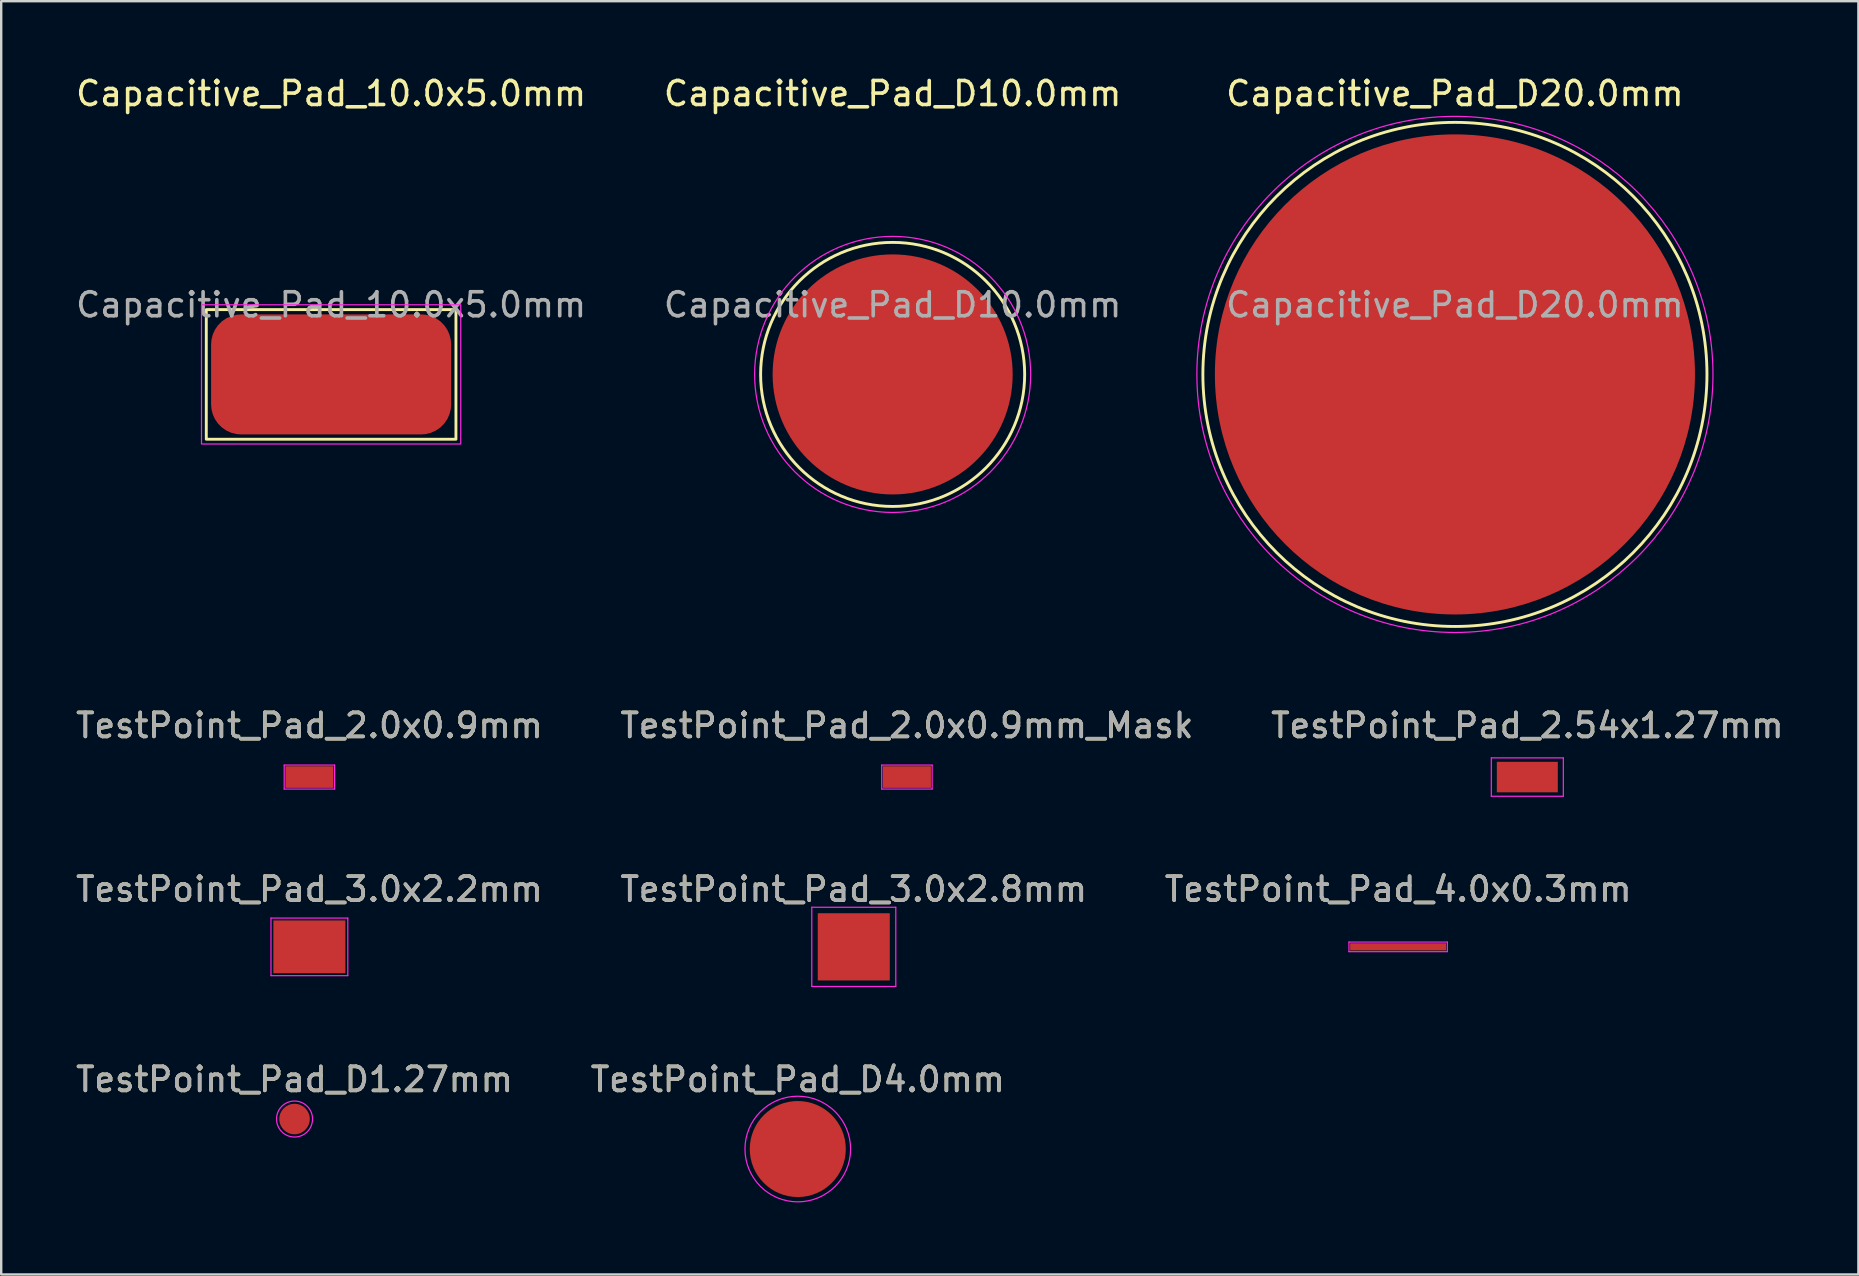
<source format=kicad_pcb>
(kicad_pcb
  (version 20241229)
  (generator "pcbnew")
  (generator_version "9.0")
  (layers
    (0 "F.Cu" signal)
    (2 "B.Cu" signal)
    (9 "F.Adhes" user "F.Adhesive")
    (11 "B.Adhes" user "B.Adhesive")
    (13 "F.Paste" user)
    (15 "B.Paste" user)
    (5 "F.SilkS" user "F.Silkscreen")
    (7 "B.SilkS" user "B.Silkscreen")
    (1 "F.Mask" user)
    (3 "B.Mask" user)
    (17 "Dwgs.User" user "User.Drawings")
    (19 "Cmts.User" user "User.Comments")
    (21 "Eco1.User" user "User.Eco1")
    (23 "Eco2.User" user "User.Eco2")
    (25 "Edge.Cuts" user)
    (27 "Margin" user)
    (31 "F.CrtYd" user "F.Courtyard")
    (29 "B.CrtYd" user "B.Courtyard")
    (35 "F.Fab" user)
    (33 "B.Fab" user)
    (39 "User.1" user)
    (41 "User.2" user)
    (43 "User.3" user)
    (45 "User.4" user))
  (footprint "Capacitive_Pad_10.0x5.0mm"
    (layer "F.Cu")
    (at 10.744 12.548)
    (property "Reference" "Capacitive_Pad_10.0x5.0mm" (at 0 -11.7 0) (layer "F.SilkS") (effects (font (size 1 1) (thickness 0.15))))
    (attr exclude_from_pos_files exclude_from_bom)
    (fp_rect (start -5.2 -2.7) (end 5.2 2.7) (stroke (width 0.12) (type solid)) (fill no) (layer "F.SilkS"))
    (fp_rect (start -5.4 -2.9) (end 5.4 2.9) (stroke (width 0.05) (type solid)) (fill no) (layer "F.CrtYd"))
    (fp_text user "${REFERENCE}" (at 0 -2.9 0) (layer "F.Fab") (effects (font (size 1 1) (thickness 0.15))))
    (pad "1" smd roundrect (at 0 0) (size 10 5) (layers "F.Cu" "F.Mask") (roundrect_rratio 0.25))
    (zone (net_name "") (layers "F.Cu" "F.CrtYd") (hatch edge 0.508) (connect_pads) (min_thickness 0.254) (filled_areas_thickness no) (keepout (tracks allowed) (vias allowed) (pads allowed) (copperpour not_allowed) (footprints allowed)) (placement (enabled no)) (fill) (polygon (pts (xy 5.344 9.648) (xy 16.144 9.648) (xy 16.144 15.448) (xy 5.344 15.448)))))
  (footprint "Capacitive_Pad_D10.0mm"
    (layer "F.Cu")
    (at 34.137 12.548)
    (property "Reference" "Capacitive_Pad_D10.0mm" (at 0 -11.7 0) (layer "F.SilkS") (effects (font (size 1 1) (thickness 0.15))))
    (attr exclude_from_pos_files exclude_from_bom)
    (fp_circle (center 0 0) (end 5.5 0) (stroke (width 0.12) (type solid)) (fill no) (layer "F.SilkS"))
    (fp_circle (center 0 0) (end 5.75 0) (stroke (width 0.05) (type solid)) (fill no) (layer "F.CrtYd"))
    (fp_text user "${REFERENCE}" (at 0 -2.9 0) (layer "F.Fab") (effects (font (size 1 1) (thickness 0.15))))
    (pad "1" smd circle (at 0 0) (size 10 10) (layers "F.Cu" "F.Mask"))
    (zone (net_name "") (layers "F.Cu" "F.SilkS") (name "KEEPOUT") (hatch edge 0.508) (connect_pads) (min_thickness 0.254) (filled_areas_thickness no) (keepout (tracks allowed) (vias allowed) (pads allowed) (copperpour not_allowed) (footprints allowed)) (placement (enabled no)) (fill) (polygon (pts (xy 39.892 12.548) (xy 39.872 12.077) (xy 39.815 11.608) (xy 39.718 11.146) (xy 39.585 10.694) (xy 39.415 10.253) (xy 39.209 9.829) (xy 38.969 9.422) (xy 38.696 9.037) (xy 38.393 8.675) (xy 38.062 8.339) (xy 37.704 8.032) (xy 37.322 7.755) (xy 36.918 7.51) (xy 36.496 7.299) (xy 36.058 7.123) (xy 35.607 6.984) (xy 35.146 6.883) (xy 34.678 6.819) (xy 34.207 6.794) (xy 33.735 6.807) (xy 33.266 6.86) (xy 32.803 6.95) (xy 32.349 7.078) (xy 31.907 7.243) (xy 31.48 7.444) (xy 31.07 7.678) (xy 30.682 7.946) (xy 30.316 8.245) (xy 29.976 8.572) (xy 29.664 8.927) (xy 29.383 9.305) (xy 29.133 9.706) (xy 28.917 10.125) (xy 28.736 10.561) (xy 28.591 11.01) (xy 28.484 11.47) (xy 28.415 11.937) (xy 28.384 12.408) (xy 28.392 12.88) (xy 28.438 13.349) (xy 28.523 13.813) (xy 28.645 14.269) (xy 28.805 14.713) (xy 29 15.143) (xy 29.23 15.555) (xy 29.493 15.947) (xy 29.787 16.316) (xy 30.11 16.66) (xy 30.461 16.976) (xy 30.836 17.262) (xy 31.233 17.517) (xy 31.65 17.738) (xy 32.084 17.925) (xy 32.531 18.075) (xy 32.99 18.188) (xy 33.455 18.263) (xy 33.926 18.299) (xy 34.398 18.297) (xy 34.868 18.257) (xy 35.333 18.177) (xy 35.791 18.06) (xy 36.237 17.906) (xy 36.669 17.716) (xy 37.084 17.491) (xy 37.479 17.233) (xy 37.851 16.944) (xy 38.199 16.625) (xy 38.519 16.278) (xy 38.81 15.906) (xy 39.07 15.512) (xy 39.296 15.098) (xy 39.488 14.667) (xy 39.643 14.221) (xy 39.762 13.764) (xy 39.843 13.299) (xy 39.885 12.829)))))
  (footprint "TestPoint_Pad_2.0x0.9mm_Mask"
    (layer "F.Cu")
    (at 34.732 29.322)
    (property "Reference" "TestPoint_Pad_2.0x0.9mm_Mask" (at 0 -2.148 0) (layer "F.SilkS") (effects (font (size 1 1) (thickness 0.15))))
    (attr exclude_from_pos_files exclude_from_bom)
    (fp_line (start -1.05 -0.5) (end -1.05 0.5) (stroke (width 0.05) (type solid)) (layer "F.CrtYd"))
    (fp_line (start -1.05 -0.5) (end 1.05 -0.5) (stroke (width 0.05) (type solid)) (layer "F.CrtYd"))
    (fp_line (start 1.05 0.5) (end -1.05 0.5) (stroke (width 0.05) (type solid)) (layer "F.CrtYd"))
    (fp_line (start 1.05 0.5) (end 1.05 -0.5) (stroke (width 0.05) (type solid)) (layer "F.CrtYd"))
    (fp_text user "${REFERENCE}" (at 0 -2.15 0) (layer "F.Fab") (effects (font (size 1 1) (thickness 0.15))))
    (pad "1" smd rect (at 0 0) (size 2 0.9) (layers "F.Cu" "F.Mask")))
  (footprint "Capacitive_Pad_D20.0mm"
    (layer "F.Cu")
    (at 57.561 12.548)
    (property "Reference" "Capacitive_Pad_D20.0mm" (at 0 -11.7 0) (layer "F.SilkS") (effects (font (size 1 1) (thickness 0.15))))
    (attr exclude_from_pos_files exclude_from_bom)
    (fp_circle (center 0 0) (end 10.5 0) (stroke (width 0.12) (type solid)) (fill no) (layer "F.SilkS"))
    (fp_circle (center 0 0) (end 10.75 0) (stroke (width 0.05) (type solid)) (fill no) (layer "F.CrtYd"))
    (fp_text user "${REFERENCE}" (at 0 -2.9 0) (layer "F.Fab") (effects (font (size 1 1) (thickness 0.15))))
    (pad "1" smd circle (at 0 0) (size 20 20) (layers "F.Cu" "F.Mask")))
  (footprint "TestPoint_Pad_4.0x0.3mm"
    (layer "F.Cu")
    (at 55.196 36.395)
    (property "Reference" "TestPoint_Pad_4.0x0.3mm" (at 0 -2.398 0) (layer "F.SilkS") (effects (font (size 1 1) (thickness 0.15))))
    (attr exclude_from_pos_files exclude_from_bom)
    (fp_line (start -2.05 -0.2) (end -2.05 0.2) (stroke (width 0.05) (type solid)) (layer "F.CrtYd"))
    (fp_line (start -2.05 -0.2) (end 2.05 -0.2) (stroke (width 0.05) (type solid)) (layer "F.CrtYd"))
    (fp_line (start 2.05 0.2) (end -2.05 0.2) (stroke (width 0.05) (type solid)) (layer "F.CrtYd"))
    (fp_line (start 2.05 0.2) (end 2.05 -0.2) (stroke (width 0.05) (type solid)) (layer "F.CrtYd"))
    (fp_text user "${REFERENCE}" (at 0 -2.4 0) (layer "F.Fab") (effects (font (size 1 1) (thickness 0.15))))
    (pad "1" smd rect (at 0 0) (size 4 0.3) (layers "F.Cu" "F.Mask")))
  (footprint "TestPoint_Pad_3.0x2.8mm"
    (layer "F.Cu")
    (at 32.518 36.395)
    (property "Reference" "TestPoint_Pad_3.0x2.8mm" (at 0 -2.398 0) (layer "F.SilkS") (effects (font (size 1 1) (thickness 0.15))))
    (attr exclude_from_pos_files exclude_from_bom)
    (fp_line (start -1.75 -1.65) (end -1.75 1.65) (stroke (width 0.05) (type solid)) (layer "F.CrtYd"))
    (fp_line (start -1.75 -1.65) (end 1.75 -1.65) (stroke (width 0.05) (type solid)) (layer "F.CrtYd"))
    (fp_line (start 1.75 1.65) (end -1.75 1.65) (stroke (width 0.05) (type solid)) (layer "F.CrtYd"))
    (fp_line (start 1.75 1.65) (end 1.75 -1.65) (stroke (width 0.05) (type solid)) (layer "F.CrtYd"))
    (fp_text user "${REFERENCE}" (at 0 -2.4 0) (layer "F.Fab") (effects (font (size 1 1) (thickness 0.15))))
    (pad "1" smd rect (at 0 0) (size 3 2.8) (layers "F.Cu" "F.Mask")))
  (footprint "TestPoint_Pad_2.54x1.27mm"
    (layer "F.Cu")
    (at 60.577 29.322)
    (property "Reference" "TestPoint_Pad_2.54x1.27mm" (at 0 -2.148 0) (layer "F.SilkS") (effects (font (size 1 1) (thickness 0.15))))
    (attr exclude_from_pos_files exclude_from_bom)
    (fp_line (start -1.5 -0.8) (end -1.5 0.8) (stroke (width 0.05) (type solid)) (layer "F.CrtYd"))
    (fp_line (start -1.5 -0.8) (end 1.5 -0.8) (stroke (width 0.05) (type solid)) (layer "F.CrtYd"))
    (fp_line (start 1.5 0.8) (end -1.5 0.8) (stroke (width 0.05) (type solid)) (layer "F.CrtYd"))
    (fp_line (start 1.5 0.8) (end 1.5 -0.8) (stroke (width 0.05) (type solid)) (layer "F.CrtYd"))
    (fp_text user "${REFERENCE}" (at 0 -2.15 0) (layer "F.Fab") (effects (font (size 1 1) (thickness 0.15))))
    (pad "1" smd rect (at 0 0) (size 2.54 1.27) (layers "F.Cu" "F.Mask"))
    (zone (net_name "") (layer "F.Cu") (hatch edge 0.5) (connect_pads) (min_thickness 0.25) (filled_areas_thickness no) (keepout (tracks allowed) (vias allowed) (pads allowed) (copperpour not_allowed) (footprints allowed)) (placement (enabled no)) (fill) (polygon (pts (xy 59.077 30.122) (xy 62.077 30.122) (xy 62.077 28.521) (xy 59.077 28.521)))))
  (footprint "TestPoint_Pad_2.0x0.9mm"
    (layer "F.Cu")
    (at 9.839 29.322)
    (property "Reference" "TestPoint_Pad_2.0x0.9mm" (at 0 -2.148 0) (layer "F.SilkS") (effects (font (size 1 1) (thickness 0.15))))
    (attr exclude_from_pos_files exclude_from_bom)
    (fp_line (start -1.05 -0.5) (end -1.05 0.5) (stroke (width 0.05) (type solid)) (layer "F.CrtYd"))
    (fp_line (start -1.05 -0.5) (end 1.05 -0.5) (stroke (width 0.05) (type solid)) (layer "F.CrtYd"))
    (fp_line (start 1.05 0.5) (end -1.05 0.5) (stroke (width 0.05) (type solid)) (layer "F.CrtYd"))
    (fp_line (start 1.05 0.5) (end 1.05 -0.5) (stroke (width 0.05) (type solid)) (layer "F.CrtYd"))
    (fp_text user "${REFERENCE}" (at 0 -2.15 0) (layer "F.Fab") (effects (font (size 1 1) (thickness 0.15))))
    (pad "1" smd rect (at 0 0) (size 2 0.9) (layers "F.Cu" "F.Mask")))
  (footprint "TestPoint_Pad_D1.27mm"
    (layer "F.Cu")
    (at 9.22 43.568)
    (property "Reference" "TestPoint_Pad_D1.27mm" (at 0 -1.648 0) (layer "F.SilkS") (effects (font (size 1 1) (thickness 0.15))))
    (attr exclude_from_pos_files exclude_from_bom)
    (fp_circle (center 0 0) (end 0.75 0) (stroke (width 0.05) (type solid)) (fill no) (layer "F.CrtYd"))
    (fp_text user "${REFERENCE}" (at 0 -1.65 0) (layer "F.Fab") (effects (font (size 1 1) (thickness 0.15))))
    (pad "1" smd circle (at 0 0) (size 1.27 1.27) (layers "F.Cu" "F.Mask")))
  (footprint "TestPoint_Pad_D4.0mm"
    (layer "F.Cu")
    (at 30.185 44.818)
    (property "Reference" "TestPoint_Pad_D4.0mm" (at 0 -2.898 0) (layer "F.SilkS") (effects (font (size 1 1) (thickness 0.15))))
    (attr exclude_from_pos_files exclude_from_bom)
    (fp_circle (center 0 0) (end 2.2 0) (stroke (width 0.05) (type solid)) (fill no) (layer "F.CrtYd"))
    (fp_text user "${REFERENCE}" (at 0 -2.9 0) (layer "F.Fab") (effects (font (size 1 1) (thickness 0.15))))
    (pad "1" smd circle (at 0 0) (size 4 4) (layers "F.Cu" "F.Mask")))
  (footprint "TestPoint_Pad_3.0x2.2mm"
    (layer "F.Cu")
    (at 9.839 36.395)
    (property "Reference" "TestPoint_Pad_3.0x2.2mm" (at 0 -2.398 0) (layer "F.SilkS") (effects (font (size 1 1) (thickness 0.15))))
    (attr exclude_from_pos_files exclude_from_bom)
    (fp_line (start -1.6 -1.2) (end -1.6 1.2) (stroke (width 0.05) (type solid)) (layer "F.CrtYd"))
    (fp_line (start -1.6 -1.2) (end 1.6 -1.2) (stroke (width 0.05) (type solid)) (layer "F.CrtYd"))
    (fp_line (start 1.6 1.2) (end -1.6 1.2) (stroke (width 0.05) (type solid)) (layer "F.CrtYd"))
    (fp_line (start 1.6 1.2) (end 1.6 -1.2) (stroke (width 0.05) (type solid)) (layer "F.CrtYd"))
    (fp_text user "${REFERENCE}" (at 0 -2.4 0) (layer "F.Fab") (effects (font (size 1 1) (thickness 0.15))))
    (pad "1" smd rect (at 0 0) (size 3 2.2) (layers "F.Cu" "F.Mask")))
  (gr_rect
    (start -3 -3)
    (end 74.369 50.043)
    (stroke (width 0.1) (type default))
    (fill no)
    (layer "Edge.Cuts")))
</source>
